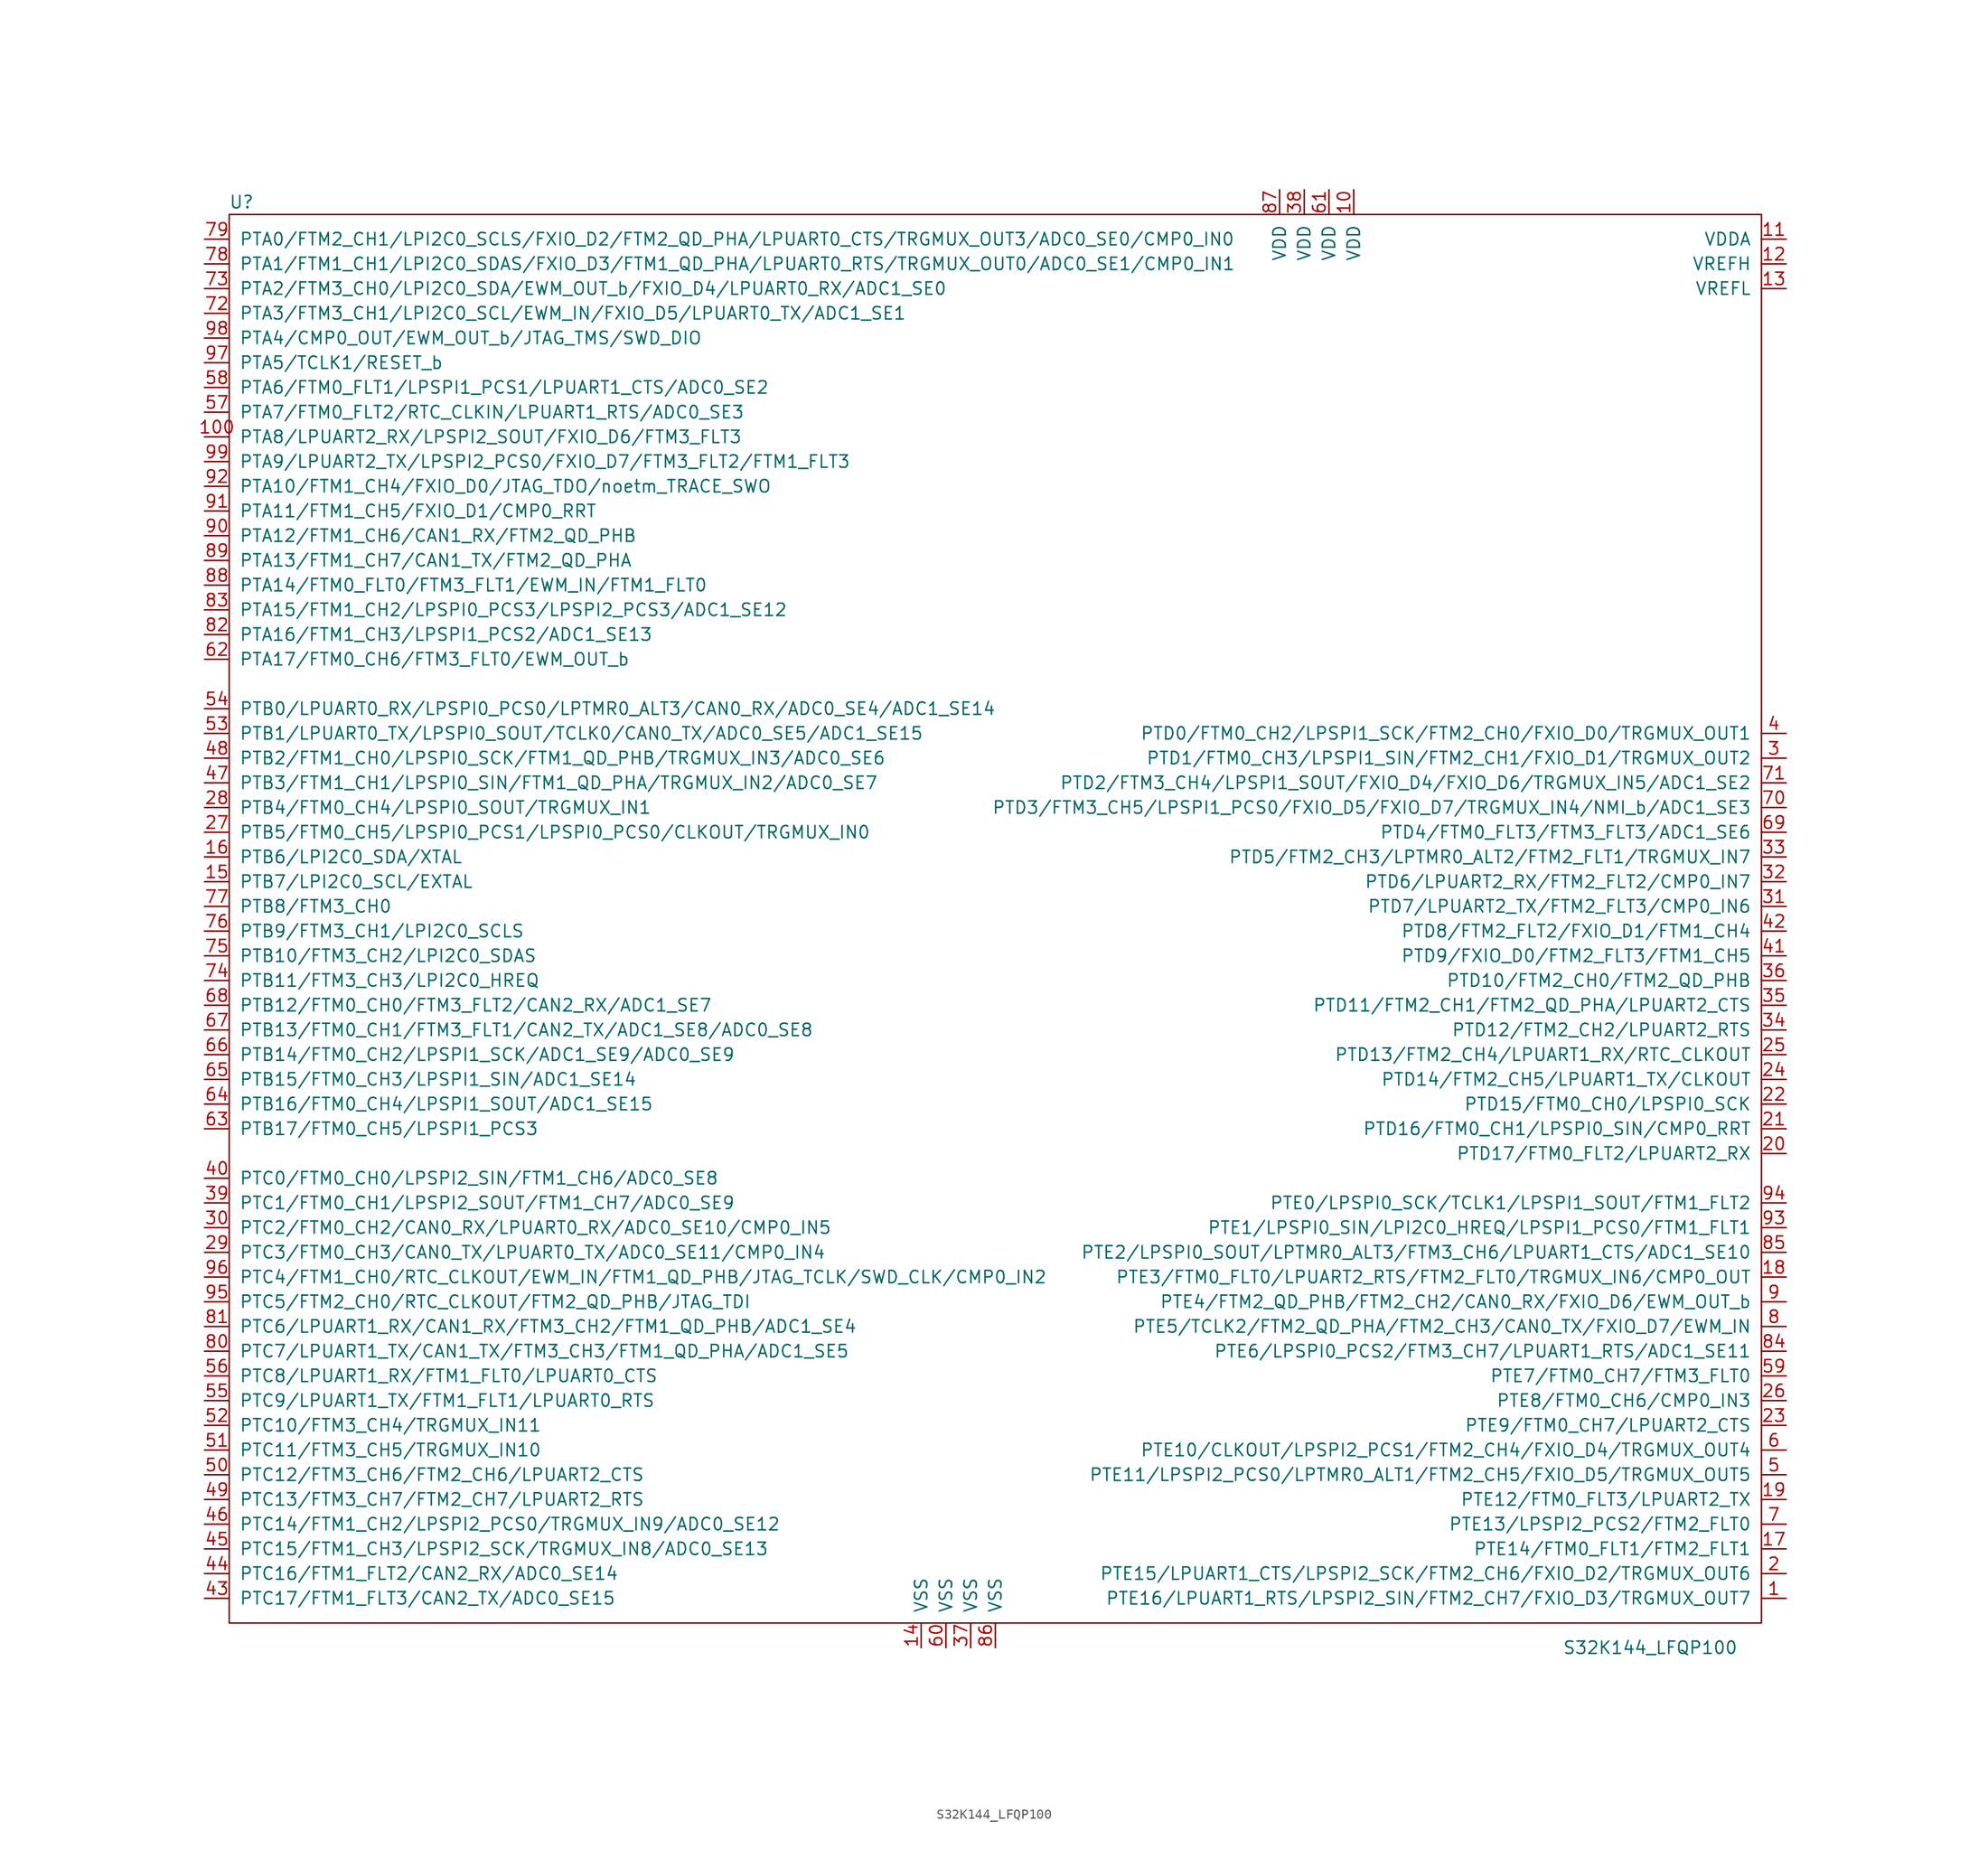
<source format=kicad_sym>
(kicad_symbol_lib
  (version 20241209)
  (generator "kicad_symbol_editor")
  (generator_version "9.0")
  (symbol "S32K144_LFQP100"
    (pin_names
      (offset 1.016))
    (property "Reference" "U"
      (at -77.47 73.66 0)
      (effects (font (size 1.27 1.27))))
    (property "Value" "S32K144_LFQP100"
      (at 67.31 -74.93 0)
      (effects (font (size 1.27 1.27))))
    (symbol "S32K144_LFQP100_0_0"
      (pin unspecified line (at -81.28 69.85 0) (length 2.54) (name "PTA0/FTM2_CH1/LPI2C0_SCLS/FXIO_D2/FTM2_QD_PHA/LPUART0_CTS/TRGMUX_OUT3/ADC0_SE0/CMP0_IN0" (effects (font (size 1.27 1.27)))) (number "79" (effects (font (size 1.27 1.27)))))
      (pin unspecified line (at -81.28 67.31 0) (length 2.54) (name "PTA1/FTM1_CH1/LPI2C0_SDAS/FXIO_D3/FTM1_QD_PHA/LPUART0_RTS/TRGMUX_OUT0/ADC0_SE1/CMP0_IN1" (effects (font (size 1.27 1.27)))) (number "78" (effects (font (size 1.27 1.27)))))
      (pin unspecified line (at -81.28 64.77 0) (length 2.54) (name "PTA2/FTM3_CH0/LPI2C0_SDA/EWM_OUT_b/FXIO_D4/LPUART0_RX/ADC1_SE0" (effects (font (size 1.27 1.27)))) (number "73" (effects (font (size 1.27 1.27)))))
      (pin unspecified line (at -81.28 62.23 0) (length 2.54) (name "PTA3/FTM3_CH1/LPI2C0_SCL/EWM_IN/FXIO_D5/LPUART0_TX/ADC1_SE1" (effects (font (size 1.27 1.27)))) (number "72" (effects (font (size 1.27 1.27)))))
      (pin unspecified line (at -81.28 59.69 0) (length 2.54) (name "PTA4/CMP0_OUT/EWM_OUT_b/JTAG_TMS/SWD_DIO" (effects (font (size 1.27 1.27)))) (number "98" (effects (font (size 1.27 1.27)))))
      (pin unspecified line (at -81.28 57.15 0) (length 2.54) (name "PTA5/TCLK1/RESET_b" (effects (font (size 1.27 1.27)))) (number "97" (effects (font (size 1.27 1.27)))))
      (pin unspecified line (at -81.28 54.61 0) (length 2.54) (name "PTA6/FTM0_FLT1/LPSPI1_PCS1/LPUART1_CTS/ADC0_SE2" (effects (font (size 1.27 1.27)))) (number "58" (effects (font (size 1.27 1.27)))))
      (pin unspecified line (at -81.28 52.07 0) (length 2.54) (name "PTA7/FTM0_FLT2/RTC_CLKIN/LPUART1_RTS/ADC0_SE3" (effects (font (size 1.27 1.27)))) (number "57" (effects (font (size 1.27 1.27)))))
      (pin unspecified line (at -81.28 49.53 0) (length 2.54) (name "PTA8/LPUART2_RX/LPSPI2_SOUT/FXIO_D6/FTM3_FLT3" (effects (font (size 1.27 1.27)))) (number "100" (effects (font (size 1.27 1.27)))))
      (pin unspecified line (at -81.28 46.99 0) (length 2.54) (name "PTA9/LPUART2_TX/LPSPI2_PCS0/FXIO_D7/FTM3_FLT2/FTM1_FLT3" (effects (font (size 1.27 1.27)))) (number "99" (effects (font (size 1.27 1.27)))))
      (pin unspecified line (at -81.28 44.45 0) (length 2.54) (name "PTA10/FTM1_CH4/FXIO_D0/JTAG_TDO/noetm_TRACE_SWO" (effects (font (size 1.27 1.27)))) (number "92" (effects (font (size 1.27 1.27)))))
      (pin unspecified line (at -81.28 41.91 0) (length 2.54) (name "PTA11/FTM1_CH5/FXIO_D1/CMP0_RRT" (effects (font (size 1.27 1.27)))) (number "91" (effects (font (size 1.27 1.27)))))
      (pin unspecified line (at -81.28 39.37 0) (length 2.54) (name "PTA12/FTM1_CH6/CAN1_RX/FTM2_QD_PHB" (effects (font (size 1.27 1.27)))) (number "90" (effects (font (size 1.27 1.27)))))
      (pin unspecified line (at -81.28 36.83 0) (length 2.54) (name "PTA13/FTM1_CH7/CAN1_TX/FTM2_QD_PHA" (effects (font (size 1.27 1.27)))) (number "89" (effects (font (size 1.27 1.27)))))
      (pin unspecified line (at -81.28 34.29 0) (length 2.54) (name "PTA14/FTM0_FLT0/FTM3_FLT1/EWM_IN/FTM1_FLT0" (effects (font (size 1.27 1.27)))) (number "88" (effects (font (size 1.27 1.27)))))
      (pin unspecified line (at -81.28 31.75 0) (length 2.54) (name "PTA15/FTM1_CH2/LPSPI0_PCS3/LPSPI2_PCS3/ADC1_SE12" (effects (font (size 1.27 1.27)))) (number "83" (effects (font (size 1.27 1.27)))))
      (pin unspecified line (at -81.28 29.21 0) (length 2.54) (name "PTA16/FTM1_CH3/LPSPI1_PCS2/ADC1_SE13" (effects (font (size 1.27 1.27)))) (number "82" (effects (font (size 1.27 1.27)))))
      (pin unspecified line (at -81.28 26.67 0) (length 2.54) (name "PTA17/FTM0_CH6/FTM3_FLT0/EWM_OUT_b" (effects (font (size 1.27 1.27)))) (number "62" (effects (font (size 1.27 1.27)))))
      (pin unspecified line (at -81.28 21.59 0) (length 2.54) (name "PTB0/LPUART0_RX/LPSPI0_PCS0/LPTMR0_ALT3/CAN0_RX/ADC0_SE4/ADC1_SE14" (effects (font (size 1.27 1.27)))) (number "54" (effects (font (size 1.27 1.27)))))
      (pin unspecified line (at -81.28 19.05 0) (length 2.54) (name "PTB1/LPUART0_TX/LPSPI0_SOUT/TCLK0/CAN0_TX/ADC0_SE5/ADC1_SE15" (effects (font (size 1.27 1.27)))) (number "53" (effects (font (size 1.27 1.27)))))
      (pin unspecified line (at -81.28 16.51 0) (length 2.54) (name "PTB2/FTM1_CH0/LPSPI0_SCK/FTM1_QD_PHB/TRGMUX_IN3/ADC0_SE6" (effects (font (size 1.27 1.27)))) (number "48" (effects (font (size 1.27 1.27)))))
      (pin unspecified line (at -81.28 13.97 0) (length 2.54) (name "PTB3/FTM1_CH1/LPSPI0_SIN/FTM1_QD_PHA/TRGMUX_IN2/ADC0_SE7" (effects (font (size 1.27 1.27)))) (number "47" (effects (font (size 1.27 1.27)))))
      (pin unspecified line (at -81.28 11.43 0) (length 2.54) (name "PTB4/FTM0_CH4/LPSPI0_SOUT/TRGMUX_IN1" (effects (font (size 1.27 1.27)))) (number "28" (effects (font (size 1.27 1.27)))))
      (pin unspecified line (at -81.28 8.89 0) (length 2.54) (name "PTB5/FTM0_CH5/LPSPI0_PCS1/LPSPI0_PCS0/CLKOUT/TRGMUX_IN0" (effects (font (size 1.27 1.27)))) (number "27" (effects (font (size 1.27 1.27)))))
      (pin unspecified line (at -81.28 6.35 0) (length 2.54) (name "PTB6/LPI2C0_SDA/XTAL" (effects (font (size 1.27 1.27)))) (number "16" (effects (font (size 1.27 1.27)))))
      (pin unspecified line (at -81.28 3.81 0) (length 2.54) (name "PTB7/LPI2C0_SCL/EXTAL" (effects (font (size 1.27 1.27)))) (number "15" (effects (font (size 1.27 1.27)))))
      (pin unspecified line (at -81.28 1.27 0) (length 2.54) (name "PTB8/FTM3_CH0" (effects (font (size 1.27 1.27)))) (number "77" (effects (font (size 1.27 1.27)))))
      (pin unspecified line (at -81.28 -1.27 0) (length 2.54) (name "PTB9/FTM3_CH1/LPI2C0_SCLS" (effects (font (size 1.27 1.27)))) (number "76" (effects (font (size 1.27 1.27)))))
      (pin unspecified line (at -81.28 -3.81 0) (length 2.54) (name "PTB10/FTM3_CH2/LPI2C0_SDAS" (effects (font (size 1.27 1.27)))) (number "75" (effects (font (size 1.27 1.27)))))
      (pin unspecified line (at -81.28 -6.35 0) (length 2.54) (name "PTB11/FTM3_CH3/LPI2C0_HREQ" (effects (font (size 1.27 1.27)))) (number "74" (effects (font (size 1.27 1.27)))))
      (pin unspecified line (at -81.28 -8.89 0) (length 2.54) (name "PTB12/FTM0_CH0/FTM3_FLT2/CAN2_RX/ADC1_SE7" (effects (font (size 1.27 1.27)))) (number "68" (effects (font (size 1.27 1.27)))))
      (pin unspecified line (at -81.28 -11.43 0) (length 2.54) (name "PTB13/FTM0_CH1/FTM3_FLT1/CAN2_TX/ADC1_SE8/ADC0_SE8" (effects (font (size 1.27 1.27)))) (number "67" (effects (font (size 1.27 1.27)))))
      (pin unspecified line (at -81.28 -13.97 0) (length 2.54) (name "PTB14/FTM0_CH2/LPSPI1_SCK/ADC1_SE9/ADC0_SE9" (effects (font (size 1.27 1.27)))) (number "66" (effects (font (size 1.27 1.27)))))
      (pin unspecified line (at -81.28 -16.51 0) (length 2.54) (name "PTB15/FTM0_CH3/LPSPI1_SIN/ADC1_SE14" (effects (font (size 1.27 1.27)))) (number "65" (effects (font (size 1.27 1.27)))))
      (pin unspecified line (at -81.28 -19.05 0) (length 2.54) (name "PTB16/FTM0_CH4/LPSPI1_SOUT/ADC1_SE15" (effects (font (size 1.27 1.27)))) (number "64" (effects (font (size 1.27 1.27)))))
      (pin unspecified line (at -81.28 -21.59 0) (length 2.54) (name "PTB17/FTM0_CH5/LPSPI1_PCS3" (effects (font (size 1.27 1.27)))) (number "63" (effects (font (size 1.27 1.27)))))
      (pin unspecified line (at -81.28 -26.67 0) (length 2.54) (name "PTC0/FTM0_CH0/LPSPI2_SIN/FTM1_CH6/ADC0_SE8" (effects (font (size 1.27 1.27)))) (number "40" (effects (font (size 1.27 1.27)))))
      (pin unspecified line (at -81.28 -29.21 0) (length 2.54) (name "PTC1/FTM0_CH1/LPSPI2_SOUT/FTM1_CH7/ADC0_SE9" (effects (font (size 1.27 1.27)))) (number "39" (effects (font (size 1.27 1.27)))))
      (pin unspecified line (at -81.28 -31.75 0) (length 2.54) (name "PTC2/FTM0_CH2/CAN0_RX/LPUART0_RX/ADC0_SE10/CMP0_IN5" (effects (font (size 1.27 1.27)))) (number "30" (effects (font (size 1.27 1.27)))))
      (pin unspecified line (at -81.28 -34.29 0) (length 2.54) (name "PTC3/FTM0_CH3/CAN0_TX/LPUART0_TX/ADC0_SE11/CMP0_IN4" (effects (font (size 1.27 1.27)))) (number "29" (effects (font (size 1.27 1.27)))))
      (pin unspecified line (at -81.28 -36.83 0) (length 2.54) (name "PTC4/FTM1_CH0/RTC_CLKOUT/EWM_IN/FTM1_QD_PHB/JTAG_TCLK/SWD_CLK/CMP0_IN2" (effects (font (size 1.27 1.27)))) (number "96" (effects (font (size 1.27 1.27)))))
      (pin unspecified line (at -81.28 -39.37 0) (length 2.54) (name "PTC5/FTM2_CH0/RTC_CLKOUT/FTM2_QD_PHB/JTAG_TDI" (effects (font (size 1.27 1.27)))) (number "95" (effects (font (size 1.27 1.27)))))
      (pin unspecified line (at -81.28 -41.91 0) (length 2.54) (name "PTC6/LPUART1_RX/CAN1_RX/FTM3_CH2/FTM1_QD_PHB/ADC1_SE4" (effects (font (size 1.27 1.27)))) (number "81" (effects (font (size 1.27 1.27)))))
      (pin unspecified line (at -81.28 -44.45 0) (length 2.54) (name "PTC7/LPUART1_TX/CAN1_TX/FTM3_CH3/FTM1_QD_PHA/ADC1_SE5" (effects (font (size 1.27 1.27)))) (number "80" (effects (font (size 1.27 1.27)))))
      (pin unspecified line (at -81.28 -46.99 0) (length 2.54) (name "PTC8/LPUART1_RX/FTM1_FLT0/LPUART0_CTS" (effects (font (size 1.27 1.27)))) (number "56" (effects (font (size 1.27 1.27)))))
      (pin unspecified line (at -81.28 -49.53 0) (length 2.54) (name "PTC9/LPUART1_TX/FTM1_FLT1/LPUART0_RTS" (effects (font (size 1.27 1.27)))) (number "55" (effects (font (size 1.27 1.27)))))
      (pin unspecified line (at -81.28 -52.07 0) (length 2.54) (name "PTC10/FTM3_CH4/TRGMUX_IN11" (effects (font (size 1.27 1.27)))) (number "52" (effects (font (size 1.27 1.27)))))
      (pin unspecified line (at -81.28 -54.61 0) (length 2.54) (name "PTC11/FTM3_CH5/TRGMUX_IN10" (effects (font (size 1.27 1.27)))) (number "51" (effects (font (size 1.27 1.27)))))
      (pin unspecified line (at -81.28 -57.15 0) (length 2.54) (name "PTC12/FTM3_CH6/FTM2_CH6/LPUART2_CTS" (effects (font (size 1.27 1.27)))) (number "50" (effects (font (size 1.27 1.27)))))
      (pin unspecified line (at -81.28 -59.69 0) (length 2.54) (name "PTC13/FTM3_CH7/FTM2_CH7/LPUART2_RTS" (effects (font (size 1.27 1.27)))) (number "49" (effects (font (size 1.27 1.27)))))
      (pin unspecified line (at -81.28 -62.23 0) (length 2.54) (name "PTC14/FTM1_CH2/LPSPI2_PCS0/TRGMUX_IN9/ADC0_SE12" (effects (font (size 1.27 1.27)))) (number "46" (effects (font (size 1.27 1.27)))))
      (pin unspecified line (at -81.28 -64.77 0) (length 2.54) (name "PTC15/FTM1_CH3/LPSPI2_SCK/TRGMUX_IN8/ADC0_SE13" (effects (font (size 1.27 1.27)))) (number "45" (effects (font (size 1.27 1.27)))))
      (pin unspecified line (at -81.28 -67.31 0) (length 2.54) (name "PTC16/FTM1_FLT2/CAN2_RX/ADC0_SE14" (effects (font (size 1.27 1.27)))) (number "44" (effects (font (size 1.27 1.27)))))
      (pin unspecified line (at -81.28 -69.85 0) (length 2.54) (name "PTC17/FTM1_FLT3/CAN2_TX/ADC0_SE15" (effects (font (size 1.27 1.27)))) (number "43" (effects (font (size 1.27 1.27)))))
      (pin unspecified line (at -7.62 -74.93 90) (length 2.54) (name "VSS" (effects (font (size 1.27 1.27)))) (number "14" (effects (font (size 1.27 1.27)))))
      (pin unspecified line (at -5.08 -74.93 90) (length 2.54) (name "VSS" (effects (font (size 1.27 1.27)))) (number "60" (effects (font (size 1.27 1.27)))))
      (pin unspecified line (at -2.54 -74.93 90) (length 2.54) (name "VSS" (effects (font (size 1.27 1.27)))) (number "37" (effects (font (size 1.27 1.27)))))
      (pin unspecified line (at 0 -74.93 90) (length 2.54) (name "VSS" (effects (font (size 1.27 1.27)))) (number "86" (effects (font (size 1.27 1.27)))))
      (pin unspecified line (at 29.21 74.93 270) (length 2.54) (name "VDD" (effects (font (size 1.27 1.27)))) (number "87" (effects (font (size 1.27 1.27)))))
      (pin unspecified line (at 31.75 74.93 270) (length 2.54) (name "VDD" (effects (font (size 1.27 1.27)))) (number "38" (effects (font (size 1.27 1.27)))))
      (pin unspecified line (at 34.29 74.93 270) (length 2.54) (name "VDD" (effects (font (size 1.27 1.27)))) (number "61" (effects (font (size 1.27 1.27)))))
      (pin unspecified line (at 36.83 74.93 270) (length 2.54) (name "VDD" (effects (font (size 1.27 1.27)))) (number "10" (effects (font (size 1.27 1.27)))))
      (pin unspecified line (at 81.28 69.85 180) (length 2.54) (name "VDDA" (effects (font (size 1.27 1.27)))) (number "11" (effects (font (size 1.27 1.27)))))
      (pin unspecified line (at 81.28 67.31 180) (length 2.54) (name "VREFH" (effects (font (size 1.27 1.27)))) (number "12" (effects (font (size 1.27 1.27)))))
      (pin unspecified line (at 81.28 64.77 180) (length 2.54) (name "VREFL" (effects (font (size 1.27 1.27)))) (number "13" (effects (font (size 1.27 1.27)))))
      (pin unspecified line (at 81.28 19.05 180) (length 2.54) (name "PTD0/FTM0_CH2/LPSPI1_SCK/FTM2_CH0/FXIO_D0/TRGMUX_OUT1" (effects (font (size 1.27 1.27)))) (number "4" (effects (font (size 1.27 1.27)))))
      (pin unspecified line (at 81.28 16.51 180) (length 2.54) (name "PTD1/FTM0_CH3/LPSPI1_SIN/FTM2_CH1/FXIO_D1/TRGMUX_OUT2" (effects (font (size 1.27 1.27)))) (number "3" (effects (font (size 1.27 1.27)))))
      (pin unspecified line (at 81.28 13.97 180) (length 2.54) (name "PTD2/FTM3_CH4/LPSPI1_SOUT/FXIO_D4/FXIO_D6/TRGMUX_IN5/ADC1_SE2" (effects (font (size 1.27 1.27)))) (number "71" (effects (font (size 1.27 1.27)))))
      (pin unspecified line (at 81.28 11.43 180) (length 2.54) (name "PTD3/FTM3_CH5/LPSPI1_PCS0/FXIO_D5/FXIO_D7/TRGMUX_IN4/NMI_b/ADC1_SE3" (effects (font (size 1.27 1.27)))) (number "70" (effects (font (size 1.27 1.27)))))
      (pin unspecified line (at 81.28 8.89 180) (length 2.54) (name "PTD4/FTM0_FLT3/FTM3_FLT3/ADC1_SE6" (effects (font (size 1.27 1.27)))) (number "69" (effects (font (size 1.27 1.27)))))
      (pin unspecified line (at 81.28 6.35 180) (length 2.54) (name "PTD5/FTM2_CH3/LPTMR0_ALT2/FTM2_FLT1/TRGMUX_IN7" (effects (font (size 1.27 1.27)))) (number "33" (effects (font (size 1.27 1.27)))))
      (pin unspecified line (at 81.28 3.81 180) (length 2.54) (name "PTD6/LPUART2_RX/FTM2_FLT2/CMP0_IN7" (effects (font (size 1.27 1.27)))) (number "32" (effects (font (size 1.27 1.27)))))
      (pin unspecified line (at 81.28 1.27 180) (length 2.54) (name "PTD7/LPUART2_TX/FTM2_FLT3/CMP0_IN6" (effects (font (size 1.27 1.27)))) (number "31" (effects (font (size 1.27 1.27)))))
      (pin unspecified line (at 81.28 -1.27 180) (length 2.54) (name "PTD8/FTM2_FLT2/FXIO_D1/FTM1_CH4" (effects (font (size 1.27 1.27)))) (number "42" (effects (font (size 1.27 1.27)))))
      (pin unspecified line (at 81.28 -3.81 180) (length 2.54) (name "PTD9/FXIO_D0/FTM2_FLT3/FTM1_CH5" (effects (font (size 1.27 1.27)))) (number "41" (effects (font (size 1.27 1.27)))))
      (pin unspecified line (at 81.28 -6.35 180) (length 2.54) (name "PTD10/FTM2_CH0/FTM2_QD_PHB" (effects (font (size 1.27 1.27)))) (number "36" (effects (font (size 1.27 1.27)))))
      (pin unspecified line (at 81.28 -8.89 180) (length 2.54) (name "PTD11/FTM2_CH1/FTM2_QD_PHA/LPUART2_CTS" (effects (font (size 1.27 1.27)))) (number "35" (effects (font (size 1.27 1.27)))))
      (pin unspecified line (at 81.28 -11.43 180) (length 2.54) (name "PTD12/FTM2_CH2/LPUART2_RTS" (effects (font (size 1.27 1.27)))) (number "34" (effects (font (size 1.27 1.27)))))
      (pin unspecified line (at 81.28 -13.97 180) (length 2.54) (name "PTD13/FTM2_CH4/LPUART1_RX/RTC_CLKOUT" (effects (font (size 1.27 1.27)))) (number "25" (effects (font (size 1.27 1.27)))))
      (pin unspecified line (at 81.28 -16.51 180) (length 2.54) (name "PTD14/FTM2_CH5/LPUART1_TX/CLKOUT" (effects (font (size 1.27 1.27)))) (number "24" (effects (font (size 1.27 1.27)))))
      (pin unspecified line (at 81.28 -19.05 180) (length 2.54) (name "PTD15/FTM0_CH0/LPSPI0_SCK" (effects (font (size 1.27 1.27)))) (number "22" (effects (font (size 1.27 1.27)))))
      (pin unspecified line (at 81.28 -21.59 180) (length 2.54) (name "PTD16/FTM0_CH1/LPSPI0_SIN/CMP0_RRT" (effects (font (size 1.27 1.27)))) (number "21" (effects (font (size 1.27 1.27)))))
      (pin unspecified line (at 81.28 -24.13 180) (length 2.54) (name "PTD17/FTM0_FLT2/LPUART2_RX" (effects (font (size 1.27 1.27)))) (number "20" (effects (font (size 1.27 1.27)))))
      (pin unspecified line (at 81.28 -29.21 180) (length 2.54) (name "PTE0/LPSPI0_SCK/TCLK1/LPSPI1_SOUT/FTM1_FLT2" (effects (font (size 1.27 1.27)))) (number "94" (effects (font (size 1.27 1.27)))))
      (pin unspecified line (at 81.28 -31.75 180) (length 2.54) (name "PTE1/LPSPI0_SIN/LPI2C0_HREQ/LPSPI1_PCS0/FTM1_FLT1" (effects (font (size 1.27 1.27)))) (number "93" (effects (font (size 1.27 1.27)))))
      (pin unspecified line (at 81.28 -34.29 180) (length 2.54) (name "PTE2/LPSPI0_SOUT/LPTMR0_ALT3/FTM3_CH6/LPUART1_CTS/ADC1_SE10" (effects (font (size 1.27 1.27)))) (number "85" (effects (font (size 1.27 1.27)))))
      (pin unspecified line (at 81.28 -36.83 180) (length 2.54) (name "PTE3/FTM0_FLT0/LPUART2_RTS/FTM2_FLT0/TRGMUX_IN6/CMP0_OUT" (effects (font (size 1.27 1.27)))) (number "18" (effects (font (size 1.27 1.27)))))
      (pin unspecified line (at 81.28 -39.37 180) (length 2.54) (name "PTE4/FTM2_QD_PHB/FTM2_CH2/CAN0_RX/FXIO_D6/EWM_OUT_b" (effects (font (size 1.27 1.27)))) (number "9" (effects (font (size 1.27 1.27)))))
      (pin unspecified line (at 81.28 -41.91 180) (length 2.54) (name "PTE5/TCLK2/FTM2_QD_PHA/FTM2_CH3/CAN0_TX/FXIO_D7/EWM_IN" (effects (font (size 1.27 1.27)))) (number "8" (effects (font (size 1.27 1.27)))))
      (pin unspecified line (at 81.28 -44.45 180) (length 2.54) (name "PTE6/LPSPI0_PCS2/FTM3_CH7/LPUART1_RTS/ADC1_SE11" (effects (font (size 1.27 1.27)))) (number "84" (effects (font (size 1.27 1.27)))))
      (pin unspecified line (at 81.28 -46.99 180) (length 2.54) (name "PTE7/FTM0_CH7/FTM3_FLT0" (effects (font (size 1.27 1.27)))) (number "59" (effects (font (size 1.27 1.27)))))
      (pin unspecified line (at 81.28 -49.53 180) (length 2.54) (name "PTE8/FTM0_CH6/CMP0_IN3" (effects (font (size 1.27 1.27)))) (number "26" (effects (font (size 1.27 1.27)))))
      (pin unspecified line (at 81.28 -52.07 180) (length 2.54) (name "PTE9/FTM0_CH7/LPUART2_CTS" (effects (font (size 1.27 1.27)))) (number "23" (effects (font (size 1.27 1.27)))))
      (pin unspecified line (at 81.28 -54.61 180) (length 2.54) (name "PTE10/CLKOUT/LPSPI2_PCS1/FTM2_CH4/FXIO_D4/TRGMUX_OUT4" (effects (font (size 1.27 1.27)))) (number "6" (effects (font (size 1.27 1.27)))))
      (pin unspecified line (at 81.28 -57.15 180) (length 2.54) (name "PTE11/LPSPI2_PCS0/LPTMR0_ALT1/FTM2_CH5/FXIO_D5/TRGMUX_OUT5" (effects (font (size 1.27 1.27)))) (number "5" (effects (font (size 1.27 1.27)))))
      (pin unspecified line (at 81.28 -59.69 180) (length 2.54) (name "PTE12/FTM0_FLT3/LPUART2_TX" (effects (font (size 1.27 1.27)))) (number "19" (effects (font (size 1.27 1.27)))))
      (pin unspecified line (at 81.28 -62.23 180) (length 2.54) (name "PTE13/LPSPI2_PCS2/FTM2_FLT0" (effects (font (size 1.27 1.27)))) (number "7" (effects (font (size 1.27 1.27)))))
      (pin unspecified line (at 81.28 -64.77 180) (length 2.54) (name "PTE14/FTM0_FLT1/FTM2_FLT1" (effects (font (size 1.27 1.27)))) (number "17" (effects (font (size 1.27 1.27)))))
      (pin unspecified line (at 81.28 -67.31 180) (length 2.54) (name "PTE15/LPUART1_CTS/LPSPI2_SCK/FTM2_CH6/FXIO_D2/TRGMUX_OUT6" (effects (font (size 1.27 1.27)))) (number "2" (effects (font (size 1.27 1.27)))))
      (pin unspecified line (at 81.28 -69.85 180) (length 2.54) (name "PTE16/LPUART1_RTS/LPSPI2_SIN/FTM2_CH7/FXIO_D3/TRGMUX_OUT7" (effects (font (size 1.27 1.27)))) (number "1" (effects (font (size 1.27 1.27))))))
    (symbol "S32K144_LFQP100_0_1"
      (rectangle (start -78.74 72.39) (end 78.74 -72.39) (stroke (width 0) (type solid)) (fill (type none))))))
</source>
